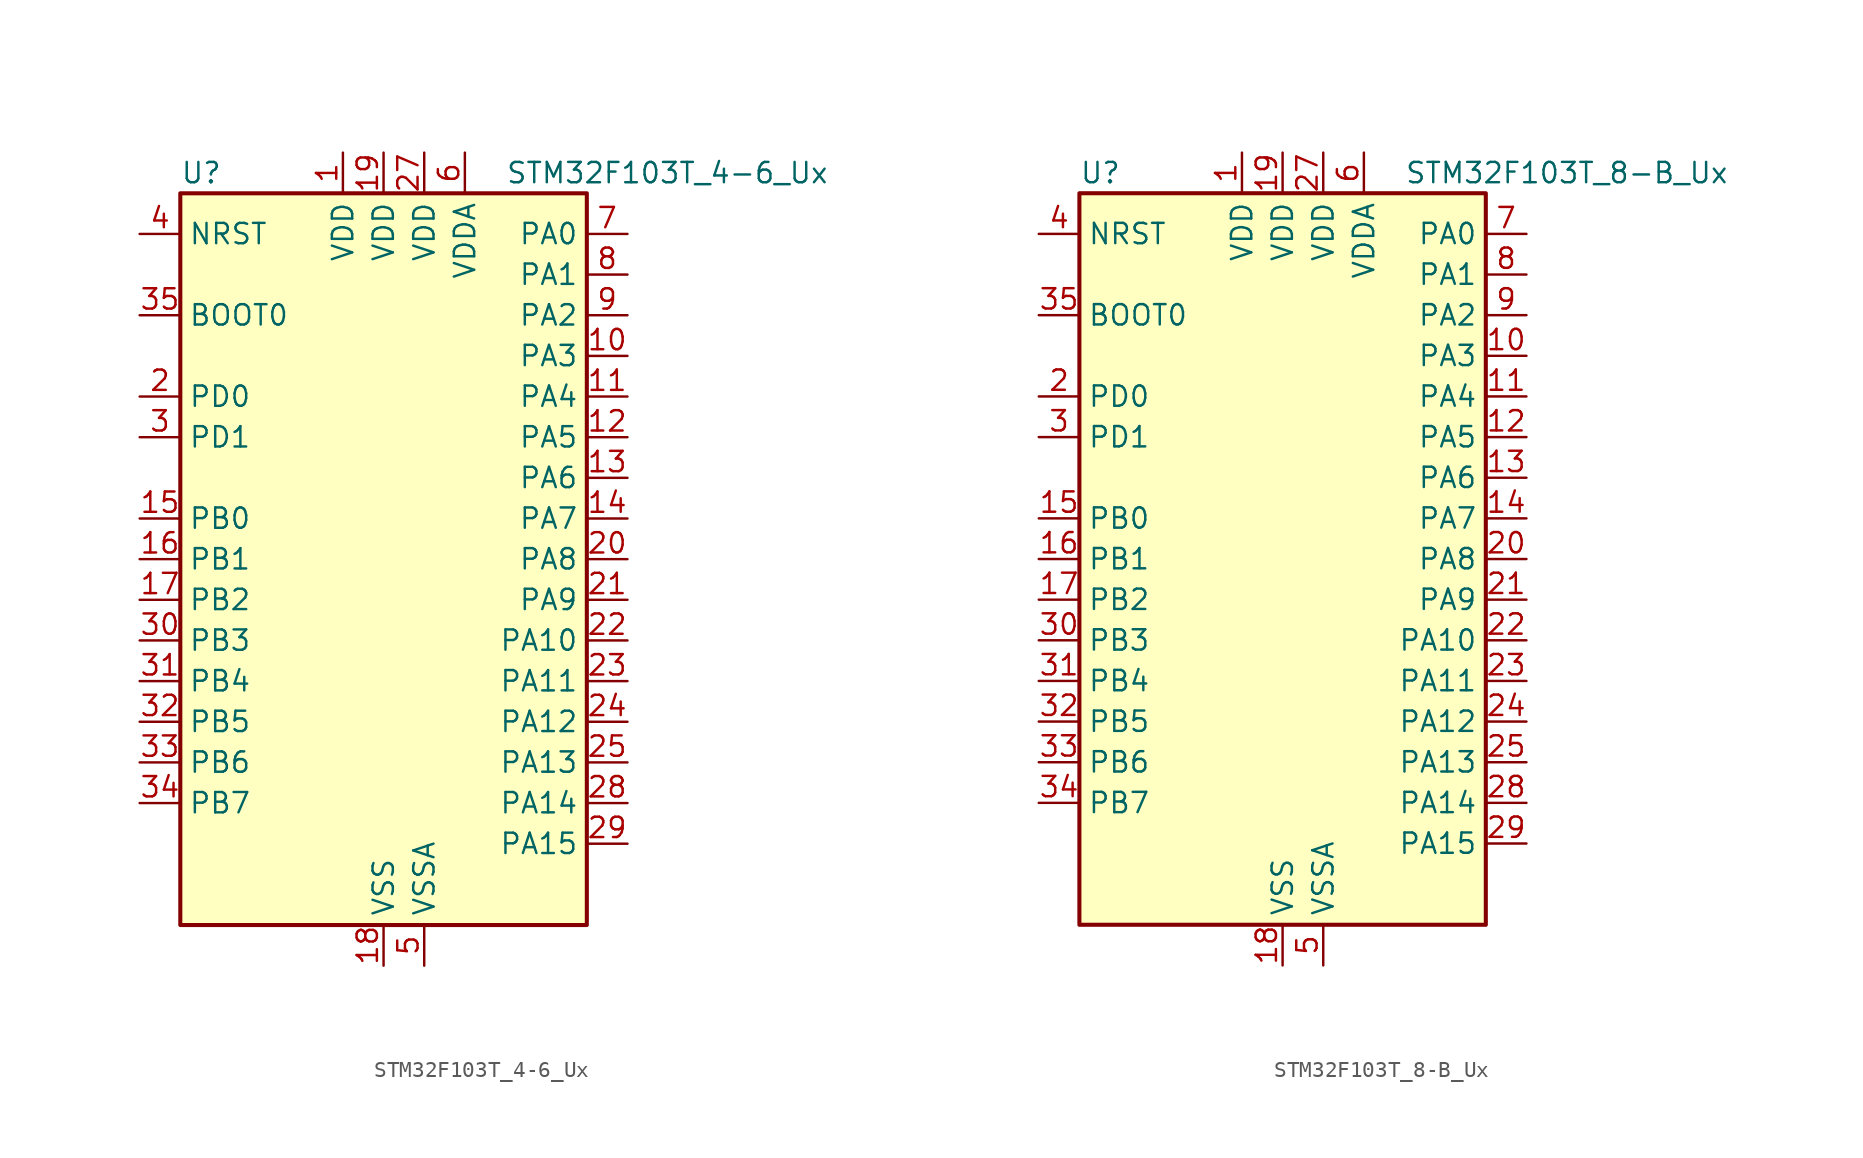
<source format=kicad_sym>
(kicad_symbol_lib
  (version 20231120)
  (generator "kicad_symbol_editor")
  (generator_version "8.0")
  (symbol "STM32F103T_4-6_Ux"
    (property "Reference" "U"
      (at -12.7 24.13 0)
      (effects (font (size 1.27 1.27)) (justify left)))
    (property "Value" "STM32F103T_4-6_Ux"
      (at 7.62 24.13 0)
      (effects (font (size 1.27 1.27)) (justify left)))
    (property "ki_locked" ""
      (at 0 0 0)
      (effects (font (size 1.27 1.27))))
    (symbol "STM32F103T_4-6_Ux_0_1"
      (rectangle (start -12.7 -22.86) (end 12.7 22.86) (stroke (width 0.254) (type default)) (fill (type background))))
    (symbol "STM32F103T_4-6_Ux_1_1"
      (pin power_in line (at -2.54 25.4 270) (length 2.54) (name "VDD" (effects (font (size 1.27 1.27)))) (number "1" (effects (font (size 1.27 1.27)))))
      (pin bidirectional line (at 15.24 12.7 180) (length 2.54) (name "PA3" (effects (font (size 1.27 1.27)))) (number "10" (effects (font (size 1.27 1.27)))) (alternate "ADC1_IN3" bidirectional line) (alternate "ADC2_IN3" bidirectional line) (alternate "TIM2_CH4" bidirectional line) (alternate "USART2_RX" bidirectional line))
      (pin bidirectional line (at 15.24 10.16 180) (length 2.54) (name "PA4" (effects (font (size 1.27 1.27)))) (number "11" (effects (font (size 1.27 1.27)))) (alternate "ADC1_IN4" bidirectional line) (alternate "ADC2_IN4" bidirectional line) (alternate "SPI1_NSS" bidirectional line) (alternate "USART2_CK" bidirectional line))
      (pin bidirectional line (at 15.24 7.62 180) (length 2.54) (name "PA5" (effects (font (size 1.27 1.27)))) (number "12" (effects (font (size 1.27 1.27)))) (alternate "ADC1_IN5" bidirectional line) (alternate "ADC2_IN5" bidirectional line) (alternate "SPI1_SCK" bidirectional line))
      (pin bidirectional line (at 15.24 5.08 180) (length 2.54) (name "PA6" (effects (font (size 1.27 1.27)))) (number "13" (effects (font (size 1.27 1.27)))) (alternate "ADC1_IN6" bidirectional line) (alternate "ADC2_IN6" bidirectional line) (alternate "SPI1_MISO" bidirectional line) (alternate "TIM1_BKIN" bidirectional line) (alternate "TIM3_CH1" bidirectional line))
      (pin bidirectional line (at 15.24 2.54 180) (length 2.54) (name "PA7" (effects (font (size 1.27 1.27)))) (number "14" (effects (font (size 1.27 1.27)))) (alternate "ADC1_IN7" bidirectional line) (alternate "ADC2_IN7" bidirectional line) (alternate "SPI1_MOSI" bidirectional line) (alternate "TIM1_CH1N" bidirectional line) (alternate "TIM3_CH2" bidirectional line))
      (pin bidirectional line (at -15.24 2.54 0) (length 2.54) (name "PB0" (effects (font (size 1.27 1.27)))) (number "15" (effects (font (size 1.27 1.27)))) (alternate "ADC1_IN8" bidirectional line) (alternate "ADC2_IN8" bidirectional line) (alternate "TIM1_CH2N" bidirectional line) (alternate "TIM3_CH3" bidirectional line))
      (pin bidirectional line (at -15.24 0 0) (length 2.54) (name "PB1" (effects (font (size 1.27 1.27)))) (number "16" (effects (font (size 1.27 1.27)))) (alternate "ADC1_IN9" bidirectional line) (alternate "ADC2_IN9" bidirectional line) (alternate "TIM1_CH3N" bidirectional line) (alternate "TIM3_CH4" bidirectional line))
      (pin bidirectional line (at -15.24 -2.54 0) (length 2.54) (name "PB2" (effects (font (size 1.27 1.27)))) (number "17" (effects (font (size 1.27 1.27)))))
      (pin power_in line (at 0 -25.4 90) (length 2.54) (name "VSS" (effects (font (size 1.27 1.27)))) (number "18" (effects (font (size 1.27 1.27)))))
      (pin power_in line (at 0 25.4 270) (length 2.54) (name "VDD" (effects (font (size 1.27 1.27)))) (number "19" (effects (font (size 1.27 1.27)))))
      (pin bidirectional line (at -15.24 10.16 0) (length 2.54) (name "PD0" (effects (font (size 1.27 1.27)))) (number "2" (effects (font (size 1.27 1.27)))) (alternate "RCC_OSC_IN" bidirectional line))
      (pin bidirectional line (at 15.24 0 180) (length 2.54) (name "PA8" (effects (font (size 1.27 1.27)))) (number "20" (effects (font (size 1.27 1.27)))) (alternate "RCC_MCO" bidirectional line) (alternate "TIM1_CH1" bidirectional line) (alternate "USART1_CK" bidirectional line))
      (pin bidirectional line (at 15.24 -2.54 180) (length 2.54) (name "PA9" (effects (font (size 1.27 1.27)))) (number "21" (effects (font (size 1.27 1.27)))) (alternate "TIM1_CH2" bidirectional line) (alternate "USART1_TX" bidirectional line))
      (pin bidirectional line (at 15.24 -5.08 180) (length 2.54) (name "PA10" (effects (font (size 1.27 1.27)))) (number "22" (effects (font (size 1.27 1.27)))) (alternate "TIM1_CH3" bidirectional line) (alternate "USART1_RX" bidirectional line))
      (pin bidirectional line (at 15.24 -7.62 180) (length 2.54) (name "PA11" (effects (font (size 1.27 1.27)))) (number "23" (effects (font (size 1.27 1.27)))) (alternate "ADC1_EXTI11" bidirectional line) (alternate "ADC2_EXTI11" bidirectional line) (alternate "CAN_RX" bidirectional line) (alternate "TIM1_CH4" bidirectional line) (alternate "USART1_CTS" bidirectional line) (alternate "USB_DM" bidirectional line))
      (pin bidirectional line (at 15.24 -10.16 180) (length 2.54) (name "PA12" (effects (font (size 1.27 1.27)))) (number "24" (effects (font (size 1.27 1.27)))) (alternate "CAN_TX" bidirectional line) (alternate "TIM1_ETR" bidirectional line) (alternate "USART1_RTS" bidirectional line) (alternate "USB_DP" bidirectional line))
      (pin bidirectional line (at 15.24 -12.7 180) (length 2.54) (name "PA13" (effects (font (size 1.27 1.27)))) (number "25" (effects (font (size 1.27 1.27)))) (alternate "SYS_JTMS-SWDIO" bidirectional line))
      (pin passive line (at 0 -25.4 90) (length 2.54) hide (name "VSS" (effects (font (size 1.27 1.27)))) (number "26" (effects (font (size 1.27 1.27)))))
      (pin power_in line (at 2.54 25.4 270) (length 2.54) (name "VDD" (effects (font (size 1.27 1.27)))) (number "27" (effects (font (size 1.27 1.27)))))
      (pin bidirectional line (at 15.24 -15.24 180) (length 2.54) (name "PA14" (effects (font (size 1.27 1.27)))) (number "28" (effects (font (size 1.27 1.27)))) (alternate "SYS_JTCK-SWCLK" bidirectional line))
      (pin bidirectional line (at 15.24 -17.78 180) (length 2.54) (name "PA15" (effects (font (size 1.27 1.27)))) (number "29" (effects (font (size 1.27 1.27)))) (alternate "ADC1_EXTI15" bidirectional line) (alternate "ADC2_EXTI15" bidirectional line) (alternate "SPI1_NSS" bidirectional line) (alternate "SYS_JTDI" bidirectional line) (alternate "TIM2_CH1" bidirectional line) (alternate "TIM2_ETR" bidirectional line))
      (pin bidirectional line (at -15.24 7.62 0) (length 2.54) (name "PD1" (effects (font (size 1.27 1.27)))) (number "3" (effects (font (size 1.27 1.27)))) (alternate "RCC_OSC_OUT" bidirectional line))
      (pin bidirectional line (at -15.24 -5.08 0) (length 2.54) (name "PB3" (effects (font (size 1.27 1.27)))) (number "30" (effects (font (size 1.27 1.27)))) (alternate "SPI1_SCK" bidirectional line) (alternate "SYS_JTDO-TRACESWO" bidirectional line) (alternate "TIM2_CH2" bidirectional line))
      (pin bidirectional line (at -15.24 -7.62 0) (length 2.54) (name "PB4" (effects (font (size 1.27 1.27)))) (number "31" (effects (font (size 1.27 1.27)))) (alternate "SPI1_MISO" bidirectional line) (alternate "SYS_NJTRST" bidirectional line) (alternate "TIM3_CH1" bidirectional line))
      (pin bidirectional line (at -15.24 -10.16 0) (length 2.54) (name "PB5" (effects (font (size 1.27 1.27)))) (number "32" (effects (font (size 1.27 1.27)))) (alternate "I2C1_SMBA" bidirectional line) (alternate "SPI1_MOSI" bidirectional line) (alternate "TIM3_CH2" bidirectional line))
      (pin bidirectional line (at -15.24 -12.7 0) (length 2.54) (name "PB6" (effects (font (size 1.27 1.27)))) (number "33" (effects (font (size 1.27 1.27)))) (alternate "I2C1_SCL" bidirectional line) (alternate "USART1_TX" bidirectional line))
      (pin bidirectional line (at -15.24 -15.24 0) (length 2.54) (name "PB7" (effects (font (size 1.27 1.27)))) (number "34" (effects (font (size 1.27 1.27)))) (alternate "I2C1_SDA" bidirectional line) (alternate "USART1_RX" bidirectional line))
      (pin input line (at -15.24 15.24 0) (length 2.54) (name "BOOT0" (effects (font (size 1.27 1.27)))) (number "35" (effects (font (size 1.27 1.27)))))
      (pin passive line (at 0 -25.4 90) (length 2.54) hide (name "VSS" (effects (font (size 1.27 1.27)))) (number "36" (effects (font (size 1.27 1.27)))))
      (pin passive line (at 0 -25.4 90) (length 2.54) hide (name "VSS" (effects (font (size 1.27 1.27)))) (number "37" (effects (font (size 1.27 1.27)))))
      (pin input line (at -15.24 20.32 0) (length 2.54) (name "NRST" (effects (font (size 1.27 1.27)))) (number "4" (effects (font (size 1.27 1.27)))))
      (pin power_in line (at 2.54 -25.4 90) (length 2.54) (name "VSSA" (effects (font (size 1.27 1.27)))) (number "5" (effects (font (size 1.27 1.27)))))
      (pin power_in line (at 5.08 25.4 270) (length 2.54) (name "VDDA" (effects (font (size 1.27 1.27)))) (number "6" (effects (font (size 1.27 1.27)))))
      (pin bidirectional line (at 15.24 20.32 180) (length 2.54) (name "PA0" (effects (font (size 1.27 1.27)))) (number "7" (effects (font (size 1.27 1.27)))) (alternate "ADC1_IN0" bidirectional line) (alternate "ADC2_IN0" bidirectional line) (alternate "SYS_WKUP" bidirectional line) (alternate "TIM2_CH1" bidirectional line) (alternate "TIM2_ETR" bidirectional line) (alternate "USART2_CTS" bidirectional line))
      (pin bidirectional line (at 15.24 17.78 180) (length 2.54) (name "PA1" (effects (font (size 1.27 1.27)))) (number "8" (effects (font (size 1.27 1.27)))) (alternate "ADC1_IN1" bidirectional line) (alternate "ADC2_IN1" bidirectional line) (alternate "TIM2_CH2" bidirectional line) (alternate "USART2_RTS" bidirectional line))
      (pin bidirectional line (at 15.24 15.24 180) (length 2.54) (name "PA2" (effects (font (size 1.27 1.27)))) (number "9" (effects (font (size 1.27 1.27)))) (alternate "ADC1_IN2" bidirectional line) (alternate "ADC2_IN2" bidirectional line) (alternate "TIM2_CH3" bidirectional line) (alternate "USART2_TX" bidirectional line))))
  (symbol "STM32F103T_8-B_Ux"
    (property "Reference" "U"
      (at -12.7 24.13 0)
      (effects (font (size 1.27 1.27)) (justify left)))
    (property "Value" "STM32F103T_8-B_Ux"
      (at 7.62 24.13 0)
      (effects (font (size 1.27 1.27)) (justify left)))
    (property "ki_locked" ""
      (at 0 0 0)
      (effects (font (size 1.27 1.27))))
    (symbol "STM32F103T_8-B_Ux_0_1"
      (rectangle (start -12.7 -22.86) (end 12.7 22.86) (stroke (width 0.254) (type default)) (fill (type background))))
    (symbol "STM32F103T_8-B_Ux_1_1"
      (pin power_in line (at -2.54 25.4 270) (length 2.54) (name "VDD" (effects (font (size 1.27 1.27)))) (number "1" (effects (font (size 1.27 1.27)))))
      (pin bidirectional line (at 15.24 12.7 180) (length 2.54) (name "PA3" (effects (font (size 1.27 1.27)))) (number "10" (effects (font (size 1.27 1.27)))) (alternate "ADC1_IN3" bidirectional line) (alternate "ADC2_IN3" bidirectional line) (alternate "TIM2_CH4" bidirectional line) (alternate "USART2_RX" bidirectional line))
      (pin bidirectional line (at 15.24 10.16 180) (length 2.54) (name "PA4" (effects (font (size 1.27 1.27)))) (number "11" (effects (font (size 1.27 1.27)))) (alternate "ADC1_IN4" bidirectional line) (alternate "ADC2_IN4" bidirectional line) (alternate "SPI1_NSS" bidirectional line) (alternate "USART2_CK" bidirectional line))
      (pin bidirectional line (at 15.24 7.62 180) (length 2.54) (name "PA5" (effects (font (size 1.27 1.27)))) (number "12" (effects (font (size 1.27 1.27)))) (alternate "ADC1_IN5" bidirectional line) (alternate "ADC2_IN5" bidirectional line) (alternate "SPI1_SCK" bidirectional line))
      (pin bidirectional line (at 15.24 5.08 180) (length 2.54) (name "PA6" (effects (font (size 1.27 1.27)))) (number "13" (effects (font (size 1.27 1.27)))) (alternate "ADC1_IN6" bidirectional line) (alternate "ADC2_IN6" bidirectional line) (alternate "SPI1_MISO" bidirectional line) (alternate "TIM1_BKIN" bidirectional line) (alternate "TIM3_CH1" bidirectional line))
      (pin bidirectional line (at 15.24 2.54 180) (length 2.54) (name "PA7" (effects (font (size 1.27 1.27)))) (number "14" (effects (font (size 1.27 1.27)))) (alternate "ADC1_IN7" bidirectional line) (alternate "ADC2_IN7" bidirectional line) (alternate "SPI1_MOSI" bidirectional line) (alternate "TIM1_CH1N" bidirectional line) (alternate "TIM3_CH2" bidirectional line))
      (pin bidirectional line (at -15.24 2.54 0) (length 2.54) (name "PB0" (effects (font (size 1.27 1.27)))) (number "15" (effects (font (size 1.27 1.27)))) (alternate "ADC1_IN8" bidirectional line) (alternate "ADC2_IN8" bidirectional line) (alternate "TIM1_CH2N" bidirectional line) (alternate "TIM3_CH3" bidirectional line))
      (pin bidirectional line (at -15.24 0 0) (length 2.54) (name "PB1" (effects (font (size 1.27 1.27)))) (number "16" (effects (font (size 1.27 1.27)))) (alternate "ADC1_IN9" bidirectional line) (alternate "ADC2_IN9" bidirectional line) (alternate "TIM1_CH3N" bidirectional line) (alternate "TIM3_CH4" bidirectional line))
      (pin bidirectional line (at -15.24 -2.54 0) (length 2.54) (name "PB2" (effects (font (size 1.27 1.27)))) (number "17" (effects (font (size 1.27 1.27)))))
      (pin power_in line (at 0 -25.4 90) (length 2.54) (name "VSS" (effects (font (size 1.27 1.27)))) (number "18" (effects (font (size 1.27 1.27)))))
      (pin power_in line (at 0 25.4 270) (length 2.54) (name "VDD" (effects (font (size 1.27 1.27)))) (number "19" (effects (font (size 1.27 1.27)))))
      (pin bidirectional line (at -15.24 10.16 0) (length 2.54) (name "PD0" (effects (font (size 1.27 1.27)))) (number "2" (effects (font (size 1.27 1.27)))) (alternate "RCC_OSC_IN" bidirectional line))
      (pin bidirectional line (at 15.24 0 180) (length 2.54) (name "PA8" (effects (font (size 1.27 1.27)))) (number "20" (effects (font (size 1.27 1.27)))) (alternate "RCC_MCO" bidirectional line) (alternate "TIM1_CH1" bidirectional line) (alternate "USART1_CK" bidirectional line))
      (pin bidirectional line (at 15.24 -2.54 180) (length 2.54) (name "PA9" (effects (font (size 1.27 1.27)))) (number "21" (effects (font (size 1.27 1.27)))) (alternate "TIM1_CH2" bidirectional line) (alternate "USART1_TX" bidirectional line))
      (pin bidirectional line (at 15.24 -5.08 180) (length 2.54) (name "PA10" (effects (font (size 1.27 1.27)))) (number "22" (effects (font (size 1.27 1.27)))) (alternate "TIM1_CH3" bidirectional line) (alternate "USART1_RX" bidirectional line))
      (pin bidirectional line (at 15.24 -7.62 180) (length 2.54) (name "PA11" (effects (font (size 1.27 1.27)))) (number "23" (effects (font (size 1.27 1.27)))) (alternate "ADC1_EXTI11" bidirectional line) (alternate "ADC2_EXTI11" bidirectional line) (alternate "CAN_RX" bidirectional line) (alternate "TIM1_CH4" bidirectional line) (alternate "USART1_CTS" bidirectional line) (alternate "USB_DM" bidirectional line))
      (pin bidirectional line (at 15.24 -10.16 180) (length 2.54) (name "PA12" (effects (font (size 1.27 1.27)))) (number "24" (effects (font (size 1.27 1.27)))) (alternate "CAN_TX" bidirectional line) (alternate "TIM1_ETR" bidirectional line) (alternate "USART1_RTS" bidirectional line) (alternate "USB_DP" bidirectional line))
      (pin bidirectional line (at 15.24 -12.7 180) (length 2.54) (name "PA13" (effects (font (size 1.27 1.27)))) (number "25" (effects (font (size 1.27 1.27)))) (alternate "SYS_JTMS-SWDIO" bidirectional line))
      (pin passive line (at 0 -25.4 90) (length 2.54) hide (name "VSS" (effects (font (size 1.27 1.27)))) (number "26" (effects (font (size 1.27 1.27)))))
      (pin power_in line (at 2.54 25.4 270) (length 2.54) (name "VDD" (effects (font (size 1.27 1.27)))) (number "27" (effects (font (size 1.27 1.27)))))
      (pin bidirectional line (at 15.24 -15.24 180) (length 2.54) (name "PA14" (effects (font (size 1.27 1.27)))) (number "28" (effects (font (size 1.27 1.27)))) (alternate "SYS_JTCK-SWCLK" bidirectional line))
      (pin bidirectional line (at 15.24 -17.78 180) (length 2.54) (name "PA15" (effects (font (size 1.27 1.27)))) (number "29" (effects (font (size 1.27 1.27)))) (alternate "ADC1_EXTI15" bidirectional line) (alternate "ADC2_EXTI15" bidirectional line) (alternate "SPI1_NSS" bidirectional line) (alternate "SYS_JTDI" bidirectional line) (alternate "TIM2_CH1" bidirectional line) (alternate "TIM2_ETR" bidirectional line))
      (pin bidirectional line (at -15.24 7.62 0) (length 2.54) (name "PD1" (effects (font (size 1.27 1.27)))) (number "3" (effects (font (size 1.27 1.27)))) (alternate "RCC_OSC_OUT" bidirectional line))
      (pin bidirectional line (at -15.24 -5.08 0) (length 2.54) (name "PB3" (effects (font (size 1.27 1.27)))) (number "30" (effects (font (size 1.27 1.27)))) (alternate "SPI1_SCK" bidirectional line) (alternate "SYS_JTDO-TRACESWO" bidirectional line) (alternate "TIM2_CH2" bidirectional line))
      (pin bidirectional line (at -15.24 -7.62 0) (length 2.54) (name "PB4" (effects (font (size 1.27 1.27)))) (number "31" (effects (font (size 1.27 1.27)))) (alternate "SPI1_MISO" bidirectional line) (alternate "SYS_NJTRST" bidirectional line) (alternate "TIM3_CH1" bidirectional line))
      (pin bidirectional line (at -15.24 -10.16 0) (length 2.54) (name "PB5" (effects (font (size 1.27 1.27)))) (number "32" (effects (font (size 1.27 1.27)))) (alternate "I2C1_SMBA" bidirectional line) (alternate "SPI1_MOSI" bidirectional line) (alternate "TIM3_CH2" bidirectional line))
      (pin bidirectional line (at -15.24 -12.7 0) (length 2.54) (name "PB6" (effects (font (size 1.27 1.27)))) (number "33" (effects (font (size 1.27 1.27)))) (alternate "I2C1_SCL" bidirectional line) (alternate "TIM4_CH1" bidirectional line) (alternate "USART1_TX" bidirectional line))
      (pin bidirectional line (at -15.24 -15.24 0) (length 2.54) (name "PB7" (effects (font (size 1.27 1.27)))) (number "34" (effects (font (size 1.27 1.27)))) (alternate "I2C1_SDA" bidirectional line) (alternate "TIM4_CH2" bidirectional line) (alternate "USART1_RX" bidirectional line))
      (pin input line (at -15.24 15.24 0) (length 2.54) (name "BOOT0" (effects (font (size 1.27 1.27)))) (number "35" (effects (font (size 1.27 1.27)))))
      (pin passive line (at 0 -25.4 90) (length 2.54) hide (name "VSS" (effects (font (size 1.27 1.27)))) (number "36" (effects (font (size 1.27 1.27)))))
      (pin passive line (at 0 -25.4 90) (length 2.54) hide (name "VSS" (effects (font (size 1.27 1.27)))) (number "37" (effects (font (size 1.27 1.27)))))
      (pin input line (at -15.24 20.32 0) (length 2.54) (name "NRST" (effects (font (size 1.27 1.27)))) (number "4" (effects (font (size 1.27 1.27)))))
      (pin power_in line (at 2.54 -25.4 90) (length 2.54) (name "VSSA" (effects (font (size 1.27 1.27)))) (number "5" (effects (font (size 1.27 1.27)))))
      (pin power_in line (at 5.08 25.4 270) (length 2.54) (name "VDDA" (effects (font (size 1.27 1.27)))) (number "6" (effects (font (size 1.27 1.27)))))
      (pin bidirectional line (at 15.24 20.32 180) (length 2.54) (name "PA0" (effects (font (size 1.27 1.27)))) (number "7" (effects (font (size 1.27 1.27)))) (alternate "ADC1_IN0" bidirectional line) (alternate "ADC2_IN0" bidirectional line) (alternate "SYS_WKUP" bidirectional line) (alternate "TIM2_CH1" bidirectional line) (alternate "TIM2_ETR" bidirectional line) (alternate "USART2_CTS" bidirectional line))
      (pin bidirectional line (at 15.24 17.78 180) (length 2.54) (name "PA1" (effects (font (size 1.27 1.27)))) (number "8" (effects (font (size 1.27 1.27)))) (alternate "ADC1_IN1" bidirectional line) (alternate "ADC2_IN1" bidirectional line) (alternate "TIM2_CH2" bidirectional line) (alternate "USART2_RTS" bidirectional line))
      (pin bidirectional line (at 15.24 15.24 180) (length 2.54) (name "PA2" (effects (font (size 1.27 1.27)))) (number "9" (effects (font (size 1.27 1.27)))) (alternate "ADC1_IN2" bidirectional line) (alternate "ADC2_IN2" bidirectional line) (alternate "TIM2_CH3" bidirectional line) (alternate "USART2_TX" bidirectional line)))))
</source>
